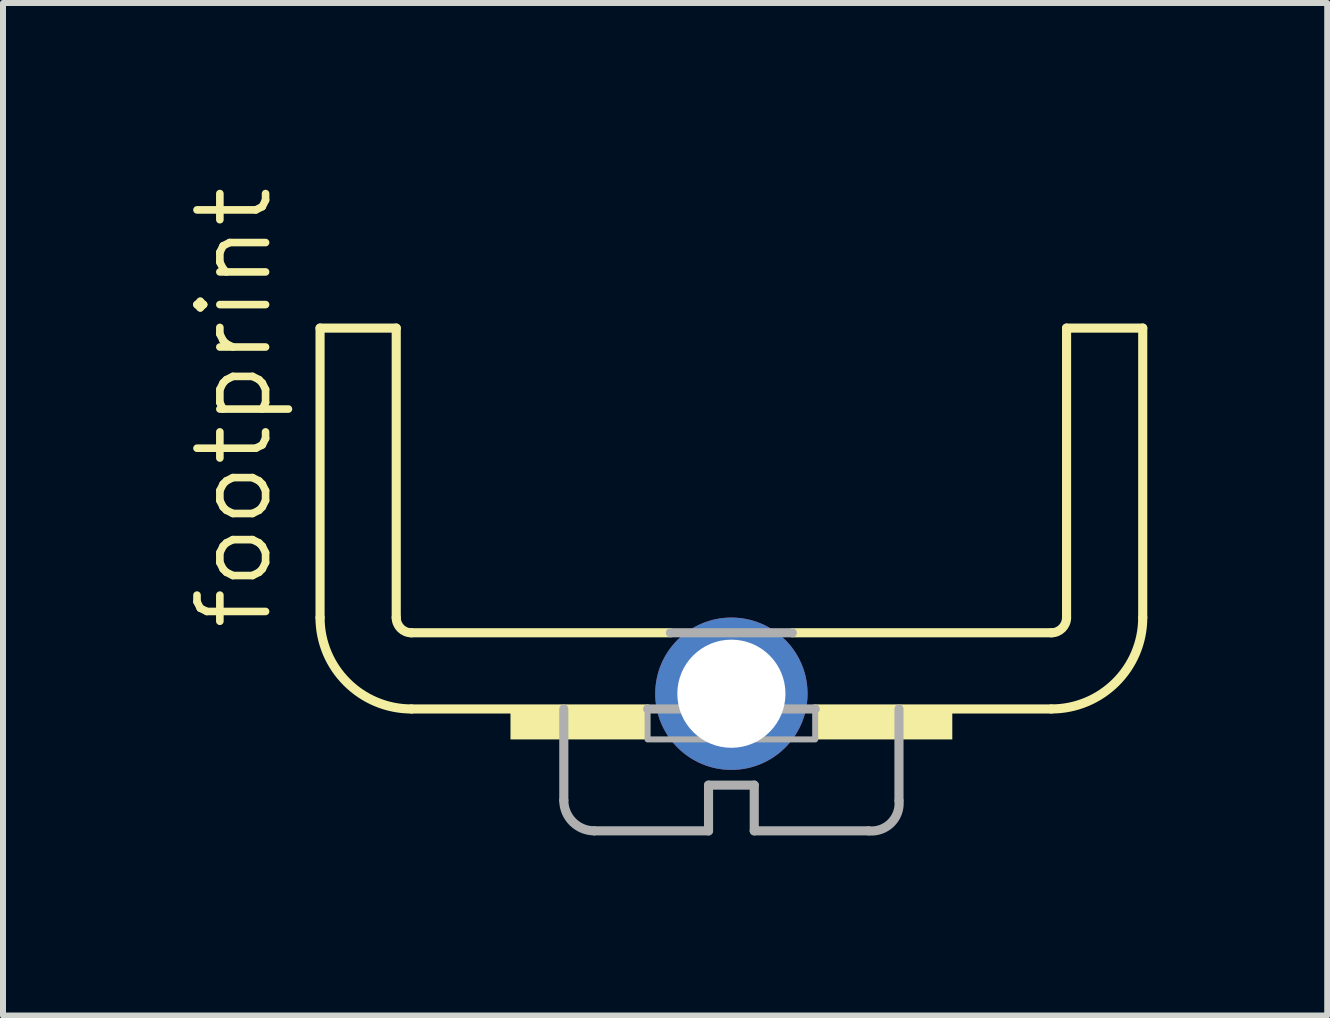
<source format=kicad_pcb>
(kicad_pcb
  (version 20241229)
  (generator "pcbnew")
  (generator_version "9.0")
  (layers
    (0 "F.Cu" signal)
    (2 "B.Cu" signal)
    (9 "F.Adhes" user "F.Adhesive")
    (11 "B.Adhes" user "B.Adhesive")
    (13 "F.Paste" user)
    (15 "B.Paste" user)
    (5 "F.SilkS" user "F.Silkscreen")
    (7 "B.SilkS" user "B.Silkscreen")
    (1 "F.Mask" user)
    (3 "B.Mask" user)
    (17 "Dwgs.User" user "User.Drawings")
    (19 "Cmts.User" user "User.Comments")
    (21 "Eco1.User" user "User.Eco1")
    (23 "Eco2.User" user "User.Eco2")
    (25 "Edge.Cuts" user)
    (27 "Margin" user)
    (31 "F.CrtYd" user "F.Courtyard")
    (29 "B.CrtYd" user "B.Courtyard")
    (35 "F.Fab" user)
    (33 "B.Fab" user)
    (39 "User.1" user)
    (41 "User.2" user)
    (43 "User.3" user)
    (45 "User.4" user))
  (footprint "footprint"
    (layer "F.Cu")
    (at 9.144 7.5)
    (property "Reference" "footprint" (at -7.62 0 90) (layer "F.SilkS") (effects (font (size 1.143 1.143) (thickness 0.127)) (justify left bottom)))
    (fp_line (start -6.858 -5.08) (end -5.588 -5.08) (stroke (width 0.152) (type solid)) (layer "F.SilkS"))
    (fp_line (start -6.858 -0.254) (end -6.858 -5.08) (stroke (width 0.152) (type solid)) (layer "F.SilkS"))
    (fp_line (start -5.588 -0.254) (end -5.588 -5.08) (stroke (width 0.152) (type solid)) (layer "F.SilkS"))
    (fp_line (start -5.334 0) (end -1.016 0) (stroke (width 0.152) (type solid)) (layer "F.SilkS"))
    (fp_line (start -1.397 1.27) (end -5.334 1.27) (stroke (width 0.152) (type solid)) (layer "F.SilkS"))
    (fp_line (start 1.016 0) (end 5.334 0) (stroke (width 0.152) (type solid)) (layer "F.SilkS"))
    (fp_line (start 1.397 1.27) (end 5.334 1.27) (stroke (width 0.152) (type solid)) (layer "F.SilkS"))
    (fp_line (start 5.588 -0.254) (end 5.588 -5.08) (stroke (width 0.152) (type solid)) (layer "F.SilkS"))
    (fp_line (start 6.858 -5.08) (end 5.588 -5.08) (stroke (width 0.152) (type solid)) (layer "F.SilkS"))
    (fp_line (start 6.858 -0.254) (end 6.858 -5.08) (stroke (width 0.152) (type solid)) (layer "F.SilkS"))
    (fp_arc (start -5.334 0) (mid -5.513605 -0.074395) (end -5.588 -0.254) (stroke (width 0.1524) (type solid)) (layer "F.SilkS"))
    (fp_arc (start -5.334 1.27) (mid -6.411631 0.823631) (end -6.858 -0.254) (stroke (width 0.1524) (type solid)) (layer "F.SilkS"))
    (fp_arc (start 5.588 -0.254) (mid 5.513605 -0.074395) (end 5.334 0) (stroke (width 0.1524) (type solid)) (layer "F.SilkS"))
    (fp_arc (start 6.858 -0.254) (mid 6.411631 0.823631) (end 5.334 1.27) (stroke (width 0.1524) (type solid)) (layer "F.SilkS"))
    (fp_poly (pts (xy -3.683 1.778) (xy -1.397 1.778) (xy -1.397 1.27) (xy -3.683 1.27)) (stroke (width 0) (type solid)) (fill yes) (layer "F.SilkS"))
    (fp_poly (pts (xy 1.397 1.778) (xy 3.683 1.778) (xy 3.683 1.27) (xy 1.397 1.27)) (stroke (width 0) (type solid)) (fill yes) (layer "F.SilkS"))
    (fp_line (start -2.794 2.794) (end -2.794 1.27) (stroke (width 0.152) (type solid)) (layer "F.Fab"))
    (fp_line (start -2.286 3.302) (end -0.381 3.302) (stroke (width 0.152) (type solid)) (layer "F.Fab"))
    (fp_line (start -1.016 0) (end 1.016 0) (stroke (width 0.152) (type solid)) (layer "F.Fab"))
    (fp_line (start -0.381 2.54) (end -0.381 3.302) (stroke (width 0.152) (type solid)) (layer "F.Fab"))
    (fp_line (start -0.381 2.54) (end 0.381 2.54) (stroke (width 0.152) (type solid)) (layer "F.Fab"))
    (fp_line (start 0.381 3.302) (end 0.381 2.54) (stroke (width 0.152) (type solid)) (layer "F.Fab"))
    (fp_line (start 1.397 1.27) (end -1.397 1.27) (stroke (width 0.152) (type solid)) (layer "F.Fab"))
    (fp_line (start 2.286 3.302) (end 0.381 3.302) (stroke (width 0.152) (type solid)) (layer "F.Fab"))
    (fp_line (start 2.794 2.794) (end 2.794 1.27) (stroke (width 0.152) (type solid)) (layer "F.Fab"))
    (fp_arc (start -2.286 3.302) (mid -2.64521 3.15321) (end -2.794 2.794) (stroke (width 0.1524) (type solid)) (layer "F.Fab"))
    (fp_arc (start 2.795 2.8049) (mid 2.658131 3.173897) (end 2.286 3.302) (stroke (width 0.1524) (type solid)) (layer "F.Fab"))
    (fp_poly (pts (xy -1.397 1.778) (xy 1.397 1.778) (xy 1.397 1.27) (xy -1.397 1.27)) (stroke (width 0.1) (type solid)) (fill no) (layer "F.Fab"))
    (pad "B" thru_hole circle (at 0 1.016) (size 2.54 2.54) (drill 1.803) (layers "*.Cu" "*.Mask")))
  (gr_rect
    (start -3 -3)
    (end 19.078 13.881)
    (stroke (width 0.1) (type default))
    (fill no)
    (layer "Edge.Cuts")))
</source>
